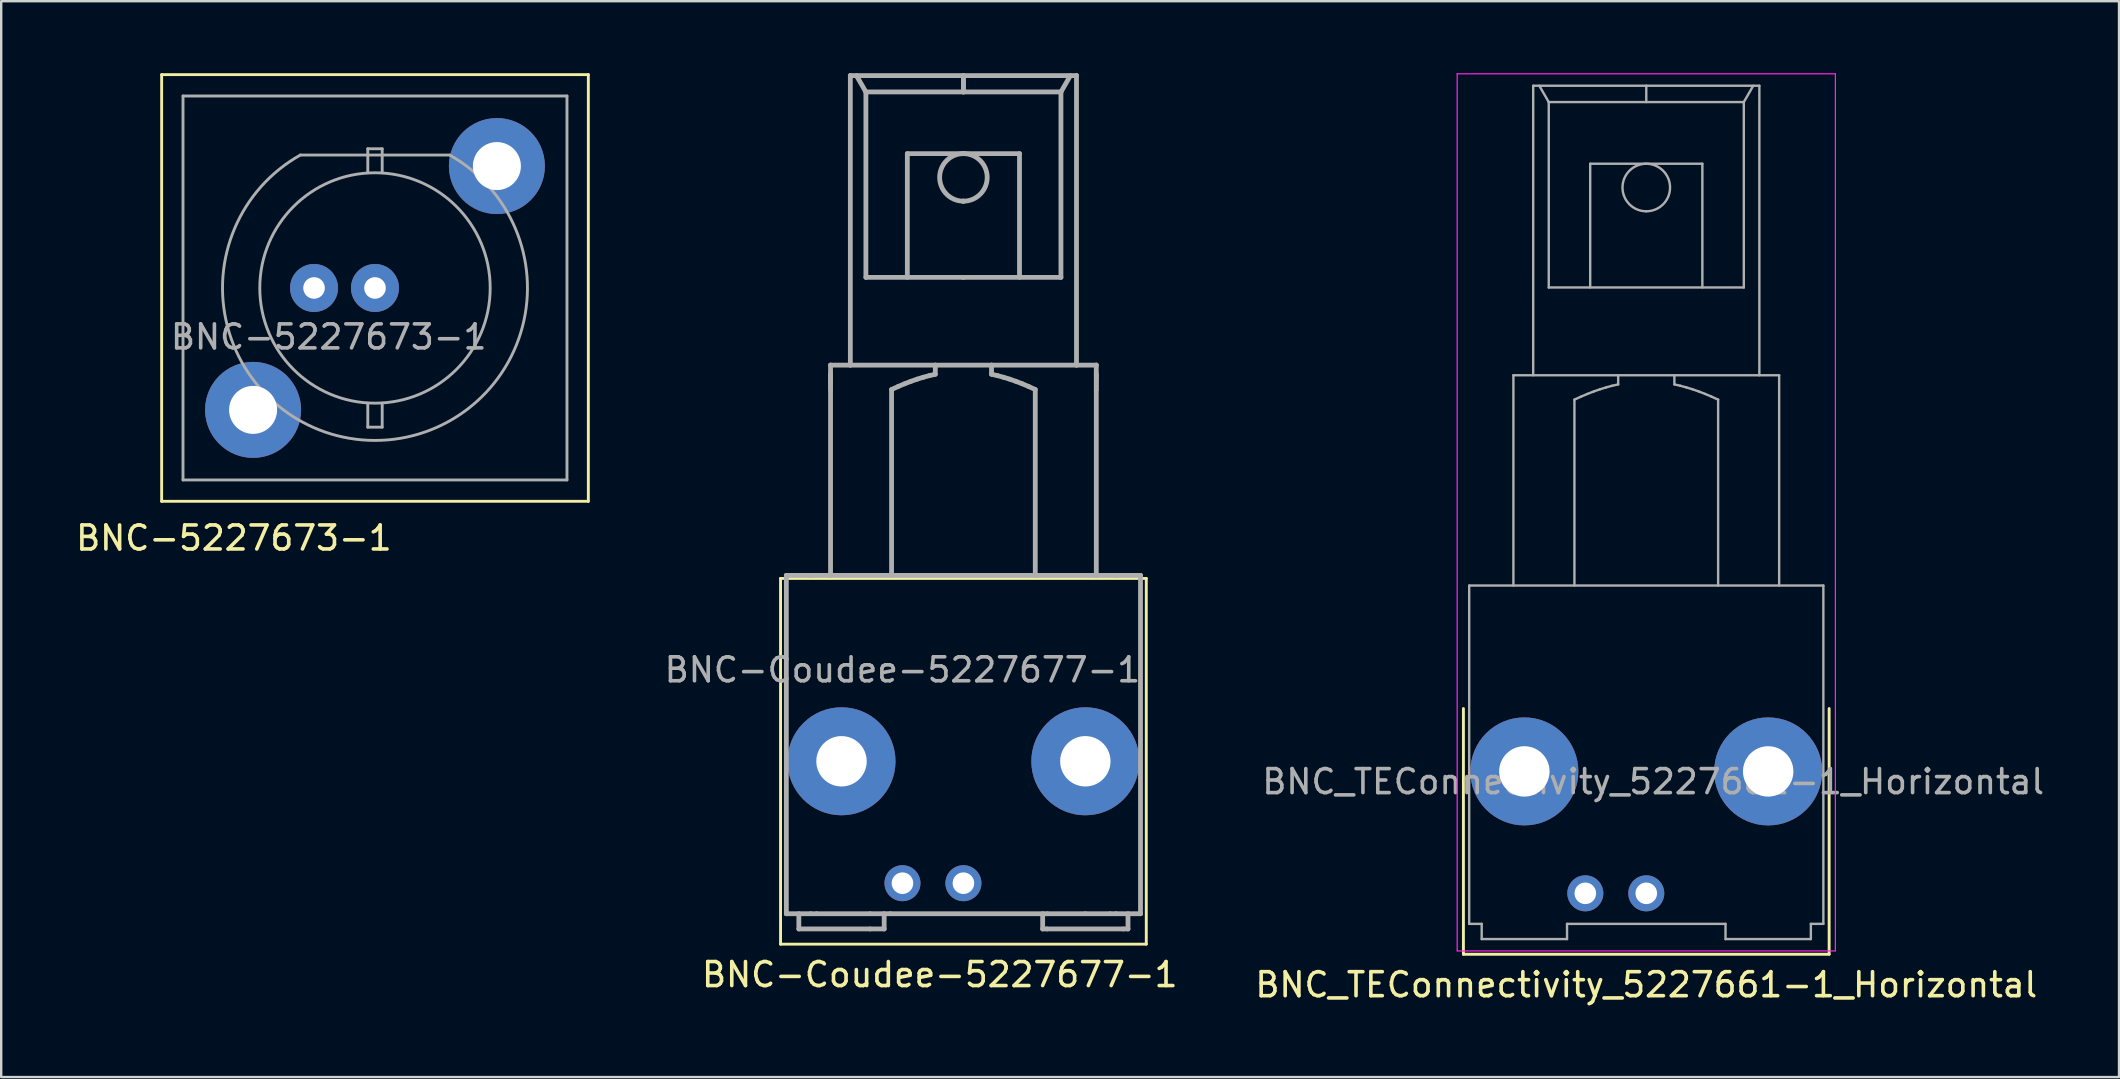
<source format=kicad_pcb>
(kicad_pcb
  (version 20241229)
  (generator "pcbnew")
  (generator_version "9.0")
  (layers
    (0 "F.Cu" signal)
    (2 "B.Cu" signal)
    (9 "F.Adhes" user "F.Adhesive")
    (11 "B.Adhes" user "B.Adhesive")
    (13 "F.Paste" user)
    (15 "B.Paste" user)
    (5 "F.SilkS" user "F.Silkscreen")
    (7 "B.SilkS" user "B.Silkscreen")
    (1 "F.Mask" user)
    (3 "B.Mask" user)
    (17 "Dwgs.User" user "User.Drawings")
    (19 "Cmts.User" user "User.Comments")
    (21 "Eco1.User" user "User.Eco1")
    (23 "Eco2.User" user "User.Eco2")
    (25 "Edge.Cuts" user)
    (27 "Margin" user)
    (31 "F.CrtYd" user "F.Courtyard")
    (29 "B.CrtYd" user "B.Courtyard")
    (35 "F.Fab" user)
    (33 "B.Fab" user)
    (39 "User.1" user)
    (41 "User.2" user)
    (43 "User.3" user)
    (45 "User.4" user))
  (footprint "BNC-Coudee-5227677-1"
    (layer "F.Cu")
    (at 37.096 33.753)
    (property "Reference" "BNC-Coudee-5227677-1" (at -0.986 3.81 0) (layer "F.SilkS") (effects (font (size 1 1) (thickness 0.15))))
    (attr through_hole)
    (fp_line (start -7.62 -12.7) (end -7.62 2.54) (stroke (width 0.12) (type solid)) (layer "F.SilkS"))
    (fp_line (start -7.62 2.54) (end 7.62 2.54) (stroke (width 0.12) (type solid)) (layer "F.SilkS"))
    (fp_line (start 7.62 -12.7) (end -7.62 -12.7) (stroke (width 0.12) (type solid)) (layer "F.SilkS"))
    (fp_line (start 7.62 2.54) (end 7.62 -12.7) (stroke (width 0.12) (type solid)) (layer "F.SilkS"))
    (fp_line (start -7.379 -12.825) (end -7.379 -12.825) (stroke (width 0.2) (type solid)) (layer "F.Fab"))
    (fp_line (start -7.379 -12.825) (end -6.363 -12.825) (stroke (width 0.2) (type solid)) (layer "F.Fab"))
    (fp_line (start -7.379 1.272) (end -7.379 -12.825) (stroke (width 0.2) (type solid)) (layer "F.Fab"))
    (fp_line (start -7.379 1.272) (end -7.379 1.272) (stroke (width 0.2) (type solid)) (layer "F.Fab"))
    (fp_line (start -6.858 1.272) (end -6.858 1.907) (stroke (width 0.2) (type solid)) (layer "F.Fab"))
    (fp_line (start -6.363 1.272) (end -7.379 1.272) (stroke (width 0.2) (type solid)) (layer "F.Fab"))
    (fp_line (start -6.109 1.272) (end -6.109 1.272) (stroke (width 0.2) (type solid)) (layer "F.Fab"))
    (fp_line (start -5.537 -21.588) (end -5.537 -21.588) (stroke (width 0.2) (type solid)) (layer "F.Fab"))
    (fp_line (start -5.537 -21.588) (end -5.537 -21.207) (stroke (width 0.2) (type solid)) (layer "F.Fab"))
    (fp_line (start -5.537 -20.572) (end -5.537 -12.825) (stroke (width 0.2) (type solid)) (layer "F.Fab"))
    (fp_line (start -5.537 -12.825) (end -5.537 -12.825) (stroke (width 0.2) (type solid)) (layer "F.Fab"))
    (fp_line (start -5.537 -21.15) (end -5.537 -21.207) (stroke (width 0.2) (type solid)) (layer "F.Fab"))
    (fp_line (start -5.537 -21.082) (end -5.537 -21.15) (stroke (width 0.2) (type solid)) (layer "F.Fab"))
    (fp_line (start -5.537 -21.004) (end -5.537 -21.082) (stroke (width 0.2) (type solid)) (layer "F.Fab"))
    (fp_line (start -5.537 -20.914) (end -5.537 -21.004) (stroke (width 0.2) (type solid)) (layer "F.Fab"))
    (fp_line (start -5.537 -20.812) (end -5.537 -20.914) (stroke (width 0.2) (type solid)) (layer "F.Fab"))
    (fp_line (start -5.537 -20.698) (end -5.537 -20.812) (stroke (width 0.2) (type solid)) (layer "F.Fab"))
    (fp_line (start -5.537 -20.572) (end -5.537 -20.698) (stroke (width 0.2) (type solid)) (layer "F.Fab"))
    (fp_line (start -4.712 -33.653) (end -4.712 -33.653) (stroke (width 0.2) (type solid)) (layer "F.Fab"))
    (fp_line (start -4.712 -33.653) (end -4.712 -21.588) (stroke (width 0.2) (type solid)) (layer "F.Fab"))
    (fp_line (start -4.712 -33.653) (end 0 -33.653) (stroke (width 0.2) (type solid)) (layer "F.Fab"))
    (fp_line (start -4.712 -21.588) (end -4.712 -21.588) (stroke (width 0.2) (type solid)) (layer "F.Fab"))
    (fp_line (start -4.458 -33.653) (end -4.064 -32.971) (stroke (width 0.2) (type solid)) (layer "F.Fab"))
    (fp_line (start -4.064 -32.971) (end 0 -32.971) (stroke (width 0.2) (type solid)) (layer "F.Fab"))
    (fp_line (start -4.064 -25.245) (end -4.064 -32.971) (stroke (width 0.2) (type solid)) (layer "F.Fab"))
    (fp_line (start -3.886 1.272) (end -3.886 1.272) (stroke (width 0.2) (type solid)) (layer "F.Fab"))
    (fp_line (start -3.886 1.907) (end -3.886 1.907) (stroke (width 0.2) (type solid)) (layer "F.Fab"))
    (fp_line (start -3.302 1.272) (end -3.302 1.907) (stroke (width 0.2) (type solid)) (layer "F.Fab"))
    (fp_line (start -3.302 1.907) (end -6.858 1.907) (stroke (width 0.2) (type solid)) (layer "F.Fab"))
    (fp_line (start -3.048 1.272) (end -3.048 1.272) (stroke (width 0.2) (type solid)) (layer "F.Fab"))
    (fp_line (start -2.994 -20.572) (end -2.994 -12.825) (stroke (width 0.2) (type solid)) (layer "F.Fab"))
    (fp_line (start -2.719 -20.697) (end -2.994 -20.572) (stroke (width 0.2) (type solid)) (layer "F.Fab"))
    (fp_line (start -2.45 -20.811) (end -2.719 -20.697) (stroke (width 0.2) (type solid)) (layer "F.Fab"))
    (fp_line (start -2.337 -25.25) (end -2.337 -30.402) (stroke (width 0.2) (type solid)) (layer "F.Fab"))
    (fp_line (start -2.187 -20.913) (end -2.45 -20.811) (stroke (width 0.2) (type solid)) (layer "F.Fab"))
    (fp_line (start -1.929 -21.003) (end -2.187 -20.913) (stroke (width 0.2) (type solid)) (layer "F.Fab"))
    (fp_line (start -1.674 -21.082) (end -1.929 -21.003) (stroke (width 0.2) (type solid)) (layer "F.Fab"))
    (fp_line (start -1.421 -21.15) (end -1.674 -21.082) (stroke (width 0.2) (type solid)) (layer "F.Fab"))
    (fp_line (start -1.171 -21.588) (end -5.537 -21.588) (stroke (width 0.2) (type solid)) (layer "F.Fab"))
    (fp_line (start -1.171 -21.588) (end -1.171 -21.207) (stroke (width 0.2) (type solid)) (layer "F.Fab"))
    (fp_line (start -1.171 -21.207) (end -1.421 -21.15) (stroke (width 0.2) (type solid)) (layer "F.Fab"))
    (fp_line (start 0 -33.653) (end 0 -32.971) (stroke (width 0.2) (type solid)) (layer "F.Fab"))
    (fp_line (start 0 -33.653) (end 0 -32.971) (stroke (width 0.2) (type solid)) (layer "F.Fab"))
    (fp_line (start 0 -33.653) (end 4.712 -33.653) (stroke (width 0.2) (type solid)) (layer "F.Fab"))
    (fp_line (start 0 -30.402) (end 0 -30.402) (stroke (width 0.2) (type solid)) (layer "F.Fab"))
    (fp_line (start 0 -30.401) (end -2.337 -30.401) (stroke (width 0.2) (type solid)) (layer "F.Fab"))
    (fp_line (start 0 -30.401) (end 0 -30.401) (stroke (width 0.2) (type solid)) (layer "F.Fab"))
    (fp_line (start 0 -30.401) (end 2.337 -30.401) (stroke (width 0.2) (type solid)) (layer "F.Fab"))
    (fp_line (start 0 -28.42) (end 0 -28.42) (stroke (width 0.2) (type solid)) (layer "F.Fab"))
    (fp_line (start 0 -28.42) (end 0 -28.42) (stroke (width 0.2) (type solid)) (layer "F.Fab"))
    (fp_line (start 0 -25.245) (end -4.064 -25.245) (stroke (width 0.2) (type solid)) (layer "F.Fab"))
    (fp_line (start 0 -25.245) (end 4.064 -25.245) (stroke (width 0.2) (type solid)) (layer "F.Fab"))
    (fp_line (start 1.171 -21.588) (end -1.171 -21.588) (stroke (width 0.2) (type solid)) (layer "F.Fab"))
    (fp_line (start 1.171 -21.588) (end 1.171 -21.207) (stroke (width 0.2) (type solid)) (layer "F.Fab"))
    (fp_line (start 1.171 -21.588) (end 5.537 -21.588) (stroke (width 0.2) (type solid)) (layer "F.Fab"))
    (fp_line (start 1.42 -21.15) (end 1.171 -21.207) (stroke (width 0.2) (type solid)) (layer "F.Fab"))
    (fp_line (start 1.671 -21.082) (end 1.42 -21.15) (stroke (width 0.2) (type solid)) (layer "F.Fab"))
    (fp_line (start 1.926 -21.004) (end 1.671 -21.082) (stroke (width 0.2) (type solid)) (layer "F.Fab"))
    (fp_line (start 2.184 -20.914) (end 1.926 -21.004) (stroke (width 0.2) (type solid)) (layer "F.Fab"))
    (fp_line (start 2.337 -25.25) (end 2.337 -30.402) (stroke (width 0.2) (type solid)) (layer "F.Fab"))
    (fp_line (start 2.448 -20.812) (end 2.184 -20.914) (stroke (width 0.2) (type solid)) (layer "F.Fab"))
    (fp_line (start 2.718 -20.698) (end 2.448 -20.812) (stroke (width 0.2) (type solid)) (layer "F.Fab"))
    (fp_line (start 2.994 -20.572) (end 2.718 -20.698) (stroke (width 0.2) (type solid)) (layer "F.Fab"))
    (fp_line (start 2.994 -20.572) (end 2.994 -12.825) (stroke (width 0.2) (type solid)) (layer "F.Fab"))
    (fp_line (start 3.302 1.272) (end 3.302 1.907) (stroke (width 0.2) (type solid)) (layer "F.Fab"))
    (fp_line (start 3.492 1.907) (end 3.302 1.907) (stroke (width 0.2) (type solid)) (layer "F.Fab"))
    (fp_line (start 3.493 1.272) (end 3.493 1.272) (stroke (width 0.2) (type solid)) (layer "F.Fab"))
    (fp_line (start 4.064 -32.971) (end 0 -32.971) (stroke (width 0.2) (type solid)) (layer "F.Fab"))
    (fp_line (start 4.064 -32.971) (end 4.458 -33.653) (stroke (width 0.2) (type solid)) (layer "F.Fab"))
    (fp_line (start 4.064 -25.245) (end 4.064 -32.971) (stroke (width 0.2) (type solid)) (layer "F.Fab"))
    (fp_line (start 4.712 -33.653) (end 4.712 -33.653) (stroke (width 0.2) (type solid)) (layer "F.Fab"))
    (fp_line (start 4.712 -33.653) (end 4.712 -21.588) (stroke (width 0.2) (type solid)) (layer "F.Fab"))
    (fp_line (start 4.712 -21.588) (end 4.712 -21.588) (stroke (width 0.2) (type solid)) (layer "F.Fab"))
    (fp_line (start 5.08 1.272) (end 5.08 1.272) (stroke (width 0.2) (type solid)) (layer "F.Fab"))
    (fp_line (start 5.537 -21.207) (end 5.537 -21.15) (stroke (width 0.2) (type solid)) (layer "F.Fab"))
    (fp_line (start 5.537 -21.15) (end 5.537 -21.082) (stroke (width 0.2) (type solid)) (layer "F.Fab"))
    (fp_line (start 5.537 -21.082) (end 5.537 -21.003) (stroke (width 0.2) (type solid)) (layer "F.Fab"))
    (fp_line (start 5.537 -21.003) (end 5.537 -20.913) (stroke (width 0.2) (type solid)) (layer "F.Fab"))
    (fp_line (start 5.537 -20.913) (end 5.537 -20.811) (stroke (width 0.2) (type solid)) (layer "F.Fab"))
    (fp_line (start 5.537 -20.811) (end 5.537 -20.697) (stroke (width 0.2) (type solid)) (layer "F.Fab"))
    (fp_line (start 5.537 -20.697) (end 5.537 -20.572) (stroke (width 0.2) (type solid)) (layer "F.Fab"))
    (fp_line (start 5.537 -21.588) (end 5.537 -21.588) (stroke (width 0.2) (type solid)) (layer "F.Fab"))
    (fp_line (start 5.537 -21.588) (end 5.537 -21.207) (stroke (width 0.2) (type solid)) (layer "F.Fab"))
    (fp_line (start 5.537 -20.572) (end 5.537 -12.825) (stroke (width 0.2) (type solid)) (layer "F.Fab"))
    (fp_line (start 5.537 -12.825) (end 5.537 -12.825) (stroke (width 0.2) (type solid)) (layer "F.Fab"))
    (fp_line (start 6.109 1.272) (end 6.109 1.272) (stroke (width 0.2) (type solid)) (layer "F.Fab"))
    (fp_line (start 6.363 -12.825) (end -6.363 -12.825) (stroke (width 0.2) (type solid)) (layer "F.Fab"))
    (fp_line (start 6.363 -12.825) (end 7.379 -12.825) (stroke (width 0.2) (type solid)) (layer "F.Fab"))
    (fp_line (start 6.363 1.272) (end -6.363 1.272) (stroke (width 0.2) (type solid)) (layer "F.Fab"))
    (fp_line (start 6.668 1.907) (end 3.493 1.907) (stroke (width 0.2) (type solid)) (layer "F.Fab"))
    (fp_line (start 6.858 1.272) (end 6.858 1.907) (stroke (width 0.2) (type solid)) (layer "F.Fab"))
    (fp_line (start 6.858 1.907) (end 6.668 1.907) (stroke (width 0.2) (type solid)) (layer "F.Fab"))
    (fp_line (start 7.379 -12.825) (end 7.379 -12.825) (stroke (width 0.2) (type solid)) (layer "F.Fab"))
    (fp_line (start 7.379 -12.825) (end 7.379 1.272) (stroke (width 0.2) (type solid)) (layer "F.Fab"))
    (fp_line (start 7.379 1.272) (end 6.363 1.272) (stroke (width 0.2) (type solid)) (layer "F.Fab"))
    (fp_line (start 7.379 1.272) (end 7.379 1.272) (stroke (width 0.2) (type solid)) (layer "F.Fab"))
    (fp_arc (start -0.000001 -30.401499) (mid 0.990599 -29.4109) (end 0 -28.420301) (stroke (width 0.2) (type solid)) (layer "F.Fab"))
    (fp_arc (start -0.000001 -28.4203) (mid -0.9906 -29.410901) (end 0 -30.4015) (stroke (width 0.2) (type solid)) (layer "F.Fab"))
    (fp_text user "${REFERENCE}" (at -2.54 -8.89 0) (layer "F.Fab") (effects (font (size 1 1) (thickness 0.15))))
    (pad "1" thru_hole circle (at 0 0) (size 1.5 1.5) (drill 0.9) (layers "*.Cu" "*.Mask"))
    (pad "2" thru_hole circle (at -5.08 -5.08) (size 4.5 4.5) (drill 2.1) (layers "*.Cu" "*.Mask"))
    (pad "2" thru_hole circle (at -2.54 0) (size 1.5 1.5) (drill 0.9) (layers "*.Cu" "*.Mask"))
    (pad "2" thru_hole circle (at 5.08 -5.08) (size 4.5 4.5) (drill 2.1) (layers "*.Cu" "*.Mask")))
  (footprint "BNC-5227673-1"
    (layer "F.Cu")
    (at 12.576 8.95)
    (property "Reference" "BNC-5227673-1" (at -5.88 10.42 0) (layer "F.SilkS") (effects (font (size 1 1) (thickness 0.15))))
    (attr through_hole)
    (fp_line (start -8.89 -8.89) (end 8.89 -8.89) (stroke (width 0.12) (type solid)) (layer "F.SilkS"))
    (fp_line (start -8.89 8.89) (end -8.89 -8.89) (stroke (width 0.12) (type solid)) (layer "F.SilkS"))
    (fp_line (start 8.89 -8.89) (end 8.89 8.89) (stroke (width 0.12) (type solid)) (layer "F.SilkS"))
    (fp_line (start 8.89 8.89) (end -8.89 8.89) (stroke (width 0.12) (type solid)) (layer "F.SilkS"))
    (fp_line (start -8 -8) (end 8 -8) (stroke (width 0.12) (type solid)) (layer "F.Fab"))
    (fp_line (start -8 8) (end -8 -8) (stroke (width 0.12) (type solid)) (layer "F.Fab"))
    (fp_line (start -3.11 -5.54) (end 3.12 -5.54) (stroke (width 0.12) (type solid)) (layer "F.Fab"))
    (fp_line (start -0.3 -5.8) (end 0.3 -5.8) (stroke (width 0.12) (type solid)) (layer "F.Fab"))
    (fp_line (start -0.3 -4.8) (end -0.3 -5.8) (stroke (width 0.12) (type solid)) (layer "F.Fab"))
    (fp_line (start -0.3 5.8) (end -0.3 4.8) (stroke (width 0.12) (type solid)) (layer "F.Fab"))
    (fp_line (start 0.3 -5.8) (end 0.3 -4.8) (stroke (width 0.12) (type solid)) (layer "F.Fab"))
    (fp_line (start 0.3 4.8) (end 0.3 5.8) (stroke (width 0.12) (type solid)) (layer "F.Fab"))
    (fp_line (start 0.3 5.8) (end -0.3 5.8) (stroke (width 0.12) (type solid)) (layer "F.Fab"))
    (fp_line (start 8 -8) (end 8 8) (stroke (width 0.12) (type solid)) (layer "F.Fab"))
    (fp_line (start 8 8) (end -8 8) (stroke (width 0.12) (type solid)) (layer "F.Fab"))
    (fp_arc (start 3.117595 -5.535728) (mid -0.004357 6.35324) (end -3.109999 -5.539999) (stroke (width 0.12) (type solid)) (layer "F.Fab"))
    (fp_circle (center 0 0) (end 0 -4.8) (stroke (width 0.12) (type solid)) (fill no) (layer "F.Fab"))
    (fp_text user "${REFERENCE}" (at -1.93 2.04 0) (layer "F.Fab") (effects (font (size 1 1) (thickness 0.15))))
    (pad "1" thru_hole circle (at 0 0) (size 2 2) (drill 0.9) (layers "*.Cu" "*.Mask"))
    (pad "2" thru_hole circle (at -5.08 5.08) (size 4 4) (drill 2) (layers "*.Cu" "*.Mask"))
    (pad "2" thru_hole circle (at -2.54 0) (size 2 2) (drill 0.9) (layers "*.Cu" "*.Mask"))
    (pad "2" thru_hole circle (at 5.08 -5.08) (size 4 4) (drill 2) (layers "*.Cu" "*.Mask")))
  (footprint "BNC_TEConnectivity_5227661-1_Horizontal"
    (layer "F.Cu")
    (at 65.551 34.175)
    (property "Reference" "BNC_TEConnectivity_5227661-1_Horizontal" (at 0 3.81 0) (layer "F.SilkS") (effects (font (size 1 1) (thickness 0.15))))
    (attr through_hole)
    (fp_line (start -7.62 -7.7) (end -7.62 2.54) (stroke (width 0.12) (type solid)) (layer "F.SilkS"))
    (fp_line (start -7.62 2.54) (end 7.62 2.54) (stroke (width 0.12) (type solid)) (layer "F.SilkS"))
    (fp_line (start 7.62 2.54) (end 7.62 -7.7) (stroke (width 0.12) (type solid)) (layer "F.SilkS"))
    (fp_line (start -7.88 2.4) (end -7.88 -34.15) (stroke (width 0.05) (type solid)) (layer "F.CrtYd"))
    (fp_line (start 7.88 -34.15) (end -7.88 -34.15) (stroke (width 0.05) (type solid)) (layer "F.CrtYd"))
    (fp_line (start 7.88 2.4) (end -7.88 2.4) (stroke (width 0.05) (type solid)) (layer "F.CrtYd"))
    (fp_line (start 7.88 2.4) (end 7.88 -34.15) (stroke (width 0.05) (type solid)) (layer "F.CrtYd"))
    (fp_line (start -7.379 1.272) (end -7.379 -12.825) (stroke (width 0.1) (type solid)) (layer "F.Fab"))
    (fp_line (start -6.858 1.272) (end -7.379 1.272) (stroke (width 0.1) (type solid)) (layer "F.Fab"))
    (fp_line (start -6.858 1.272) (end -6.858 1.907) (stroke (width 0.1) (type solid)) (layer "F.Fab"))
    (fp_line (start -5.537 -21.588) (end -5.537 -12.825) (stroke (width 0.1) (type solid)) (layer "F.Fab"))
    (fp_line (start -5.537 -21.588) (end 5.537 -21.588) (stroke (width 0.1) (type solid)) (layer "F.Fab"))
    (fp_line (start -4.712 -33.653) (end -4.712 -21.588) (stroke (width 0.1) (type solid)) (layer "F.Fab"))
    (fp_line (start -4.712 -33.653) (end 4.712 -33.653) (stroke (width 0.1) (type solid)) (layer "F.Fab"))
    (fp_line (start -4.458 -33.653) (end -4.064 -32.971) (stroke (width 0.1) (type solid)) (layer "F.Fab"))
    (fp_line (start -4.064 -25.245) (end -4.064 -32.971) (stroke (width 0.1) (type solid)) (layer "F.Fab"))
    (fp_line (start -4.064 -25.245) (end 4.064 -25.245) (stroke (width 0.1) (type solid)) (layer "F.Fab"))
    (fp_line (start -3.302 1.272) (end -3.302 1.907) (stroke (width 0.1) (type solid)) (layer "F.Fab"))
    (fp_line (start -3.302 1.907) (end -6.858 1.907) (stroke (width 0.1) (type solid)) (layer "F.Fab"))
    (fp_line (start -2.994 -20.572) (end -2.994 -12.825) (stroke (width 0.1) (type solid)) (layer "F.Fab"))
    (fp_line (start -2.719 -20.697) (end -2.994 -20.572) (stroke (width 0.1) (type solid)) (layer "F.Fab"))
    (fp_line (start -2.45 -20.811) (end -2.719 -20.697) (stroke (width 0.1) (type solid)) (layer "F.Fab"))
    (fp_line (start -2.337 -30.402) (end 2.337 -30.401) (stroke (width 0.1) (type solid)) (layer "F.Fab"))
    (fp_line (start -2.337 -25.25) (end -2.337 -30.402) (stroke (width 0.1) (type solid)) (layer "F.Fab"))
    (fp_line (start -2.187 -20.913) (end -2.45 -20.811) (stroke (width 0.1) (type solid)) (layer "F.Fab"))
    (fp_line (start -1.929 -21.003) (end -2.187 -20.913) (stroke (width 0.1) (type solid)) (layer "F.Fab"))
    (fp_line (start -1.674 -21.082) (end -1.929 -21.003) (stroke (width 0.1) (type solid)) (layer "F.Fab"))
    (fp_line (start -1.421 -21.15) (end -1.674 -21.082) (stroke (width 0.1) (type solid)) (layer "F.Fab"))
    (fp_line (start -1.171 -21.588) (end -1.171 -21.207) (stroke (width 0.1) (type solid)) (layer "F.Fab"))
    (fp_line (start -1.171 -21.207) (end -1.421 -21.15) (stroke (width 0.1) (type solid)) (layer "F.Fab"))
    (fp_line (start 0 -33.653) (end 0 -32.971) (stroke (width 0.1) (type solid)) (layer "F.Fab"))
    (fp_line (start 1.171 -21.588) (end 1.171 -21.207) (stroke (width 0.1) (type solid)) (layer "F.Fab"))
    (fp_line (start 1.42 -21.15) (end 1.171 -21.207) (stroke (width 0.1) (type solid)) (layer "F.Fab"))
    (fp_line (start 1.671 -21.082) (end 1.42 -21.15) (stroke (width 0.1) (type solid)) (layer "F.Fab"))
    (fp_line (start 1.926 -21.004) (end 1.671 -21.082) (stroke (width 0.1) (type solid)) (layer "F.Fab"))
    (fp_line (start 2.184 -20.914) (end 1.926 -21.004) (stroke (width 0.1) (type solid)) (layer "F.Fab"))
    (fp_line (start 2.337 -25.25) (end 2.337 -30.402) (stroke (width 0.1) (type solid)) (layer "F.Fab"))
    (fp_line (start 2.448 -20.812) (end 2.184 -20.914) (stroke (width 0.1) (type solid)) (layer "F.Fab"))
    (fp_line (start 2.718 -20.698) (end 2.448 -20.812) (stroke (width 0.1) (type solid)) (layer "F.Fab"))
    (fp_line (start 2.994 -20.572) (end 2.718 -20.698) (stroke (width 0.1) (type solid)) (layer "F.Fab"))
    (fp_line (start 2.994 -20.572) (end 2.994 -12.825) (stroke (width 0.1) (type solid)) (layer "F.Fab"))
    (fp_line (start 3.302 1.272) (end -3.302 1.272) (stroke (width 0.1) (type solid)) (layer "F.Fab"))
    (fp_line (start 3.302 1.272) (end 3.302 1.907) (stroke (width 0.1) (type solid)) (layer "F.Fab"))
    (fp_line (start 4.064 -32.971) (end -4.064 -32.971) (stroke (width 0.1) (type solid)) (layer "F.Fab"))
    (fp_line (start 4.064 -32.971) (end 4.458 -33.653) (stroke (width 0.1) (type solid)) (layer "F.Fab"))
    (fp_line (start 4.064 -25.245) (end 4.064 -32.971) (stroke (width 0.1) (type solid)) (layer "F.Fab"))
    (fp_line (start 4.712 -33.653) (end 4.712 -21.588) (stroke (width 0.1) (type solid)) (layer "F.Fab"))
    (fp_line (start 5.537 -21.588) (end 5.537 -12.825) (stroke (width 0.1) (type solid)) (layer "F.Fab"))
    (fp_line (start 6.858 1.272) (end 6.858 1.907) (stroke (width 0.1) (type solid)) (layer "F.Fab"))
    (fp_line (start 6.858 1.907) (end 3.302 1.907) (stroke (width 0.1) (type solid)) (layer "F.Fab"))
    (fp_line (start 7.379 -12.825) (end -7.379 -12.825) (stroke (width 0.1) (type solid)) (layer "F.Fab"))
    (fp_line (start 7.379 -12.825) (end 7.379 1.272) (stroke (width 0.1) (type solid)) (layer "F.Fab"))
    (fp_line (start 7.379 1.272) (end 6.858 1.272) (stroke (width 0.1) (type solid)) (layer "F.Fab"))
    (fp_arc (start 0 -30.401499) (mid 0.990599 -29.4109) (end 0 -28.420301) (stroke (width 0.1) (type solid)) (layer "F.Fab"))
    (fp_arc (start 0 -28.4203) (mid -0.9906 -29.4109) (end 0 -30.4015) (stroke (width 0.1) (type solid)) (layer "F.Fab"))
    (fp_text user "${REFERENCE}" (at 0.288 -4.653 0) (layer "F.Fab") (effects (font (size 1 1) (thickness 0.15))))
    (pad "1" thru_hole circle (at 0 0) (size 1.5 1.5) (drill 0.9) (layers "*.Cu" "*.Mask"))
    (pad "2" thru_hole circle (at -5.08 -5.08) (size 4.5 4.5) (drill 2.1) (layers "*.Cu" "*.Mask"))
    (pad "2" thru_hole circle (at -2.54 0) (size 1.5 1.5) (drill 0.9) (layers "*.Cu" "*.Mask"))
    (pad "2" thru_hole circle (at 5.08 -5.08) (size 4.5 4.5) (drill 2.1) (layers "*.Cu" "*.Mask")))
  (gr_rect
    (start -3 -3)
    (end 85.25 41.833)
    (stroke (width 0.1) (type default))
    (fill no)
    (layer "Edge.Cuts")))
</source>
